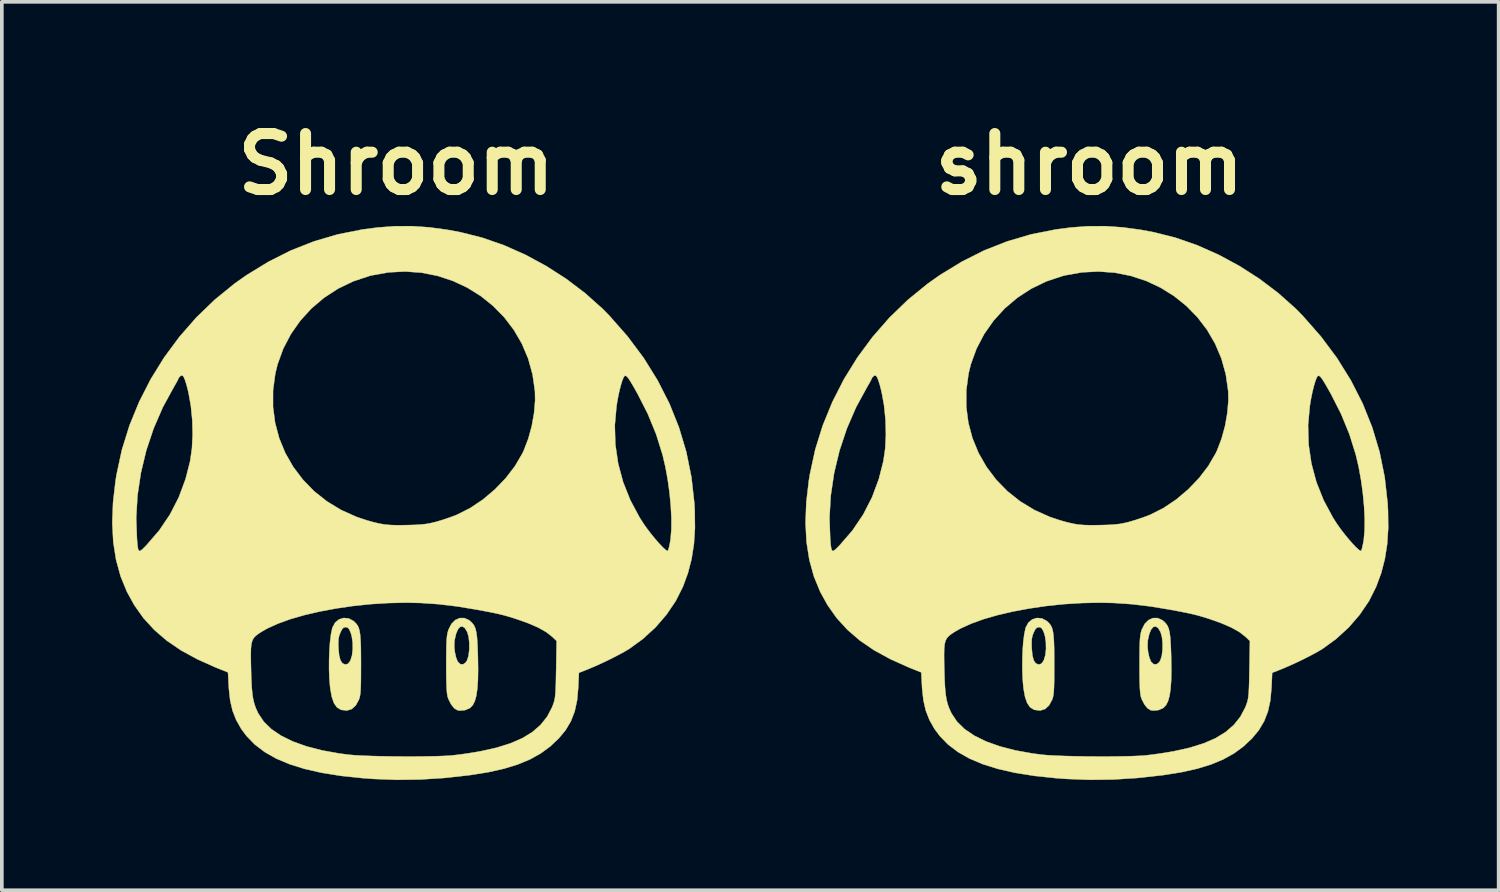
<source format=kicad_pcb>
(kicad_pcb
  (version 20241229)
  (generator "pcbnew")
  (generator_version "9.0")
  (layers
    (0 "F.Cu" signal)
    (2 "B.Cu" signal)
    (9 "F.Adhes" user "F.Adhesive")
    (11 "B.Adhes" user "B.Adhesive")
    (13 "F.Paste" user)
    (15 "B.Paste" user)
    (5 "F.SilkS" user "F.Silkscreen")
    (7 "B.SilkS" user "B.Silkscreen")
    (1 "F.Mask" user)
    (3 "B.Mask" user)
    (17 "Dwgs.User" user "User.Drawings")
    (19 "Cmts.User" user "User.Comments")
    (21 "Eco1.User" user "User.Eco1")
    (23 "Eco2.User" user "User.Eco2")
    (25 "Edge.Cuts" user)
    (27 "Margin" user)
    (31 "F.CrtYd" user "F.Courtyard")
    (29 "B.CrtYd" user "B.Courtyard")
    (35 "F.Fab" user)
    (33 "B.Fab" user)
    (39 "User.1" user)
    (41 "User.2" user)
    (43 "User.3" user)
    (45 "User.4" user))
  (footprint "Shroom"
    (layer "F.Cu")
    (at 7.932 10.618)
    (property "Reference" "Shroom" (at -0.2 -9.2 0) (layer "F.SilkS") (effects (font (size 1.524 1.524) (thickness 0.3))))
    (attr board_only exclude_from_pos_files exclude_from_bom allow_missing_courtyard dnp)
    (fp_poly (pts (xy 1.656 3.151) (xy 1.783 3.209) (xy 1.819 3.237) (xy 1.876 3.294) (xy 1.921 3.357) (xy 1.955 3.436) (xy 1.98 3.54) (xy 1.998 3.676) (xy 2.01 3.854) (xy 2.019 4.083) (xy 2.023 4.209) (xy 2.028 4.556) (xy 2.023 4.845) (xy 2.006 5.081) (xy 1.978 5.269) (xy 1.937 5.414) (xy 1.883 5.52) (xy 1.815 5.592) (xy 1.799 5.603) (xy 1.672 5.656) (xy 1.53 5.668) (xy 1.461 5.656) (xy 1.378 5.604) (xy 1.297 5.504) (xy 1.227 5.37) (xy 1.198 5.29) (xy 1.184 5.209) (xy 1.172 5.076) (xy 1.165 4.888) (xy 1.161 4.643) (xy 1.161 4.397) (xy 1.162 4.15) (xy 1.165 3.957) (xy 1.166 3.914) (xy 1.379 3.914) (xy 1.394 4.068) (xy 1.425 4.213) (xy 1.468 4.325) (xy 1.477 4.34) (xy 1.546 4.405) (xy 1.622 4.41) (xy 1.693 4.358) (xy 1.731 4.295) (xy 1.769 4.17) (xy 1.788 4.008) (xy 1.789 3.832) (xy 1.772 3.667) (xy 1.735 3.536) (xy 1.733 3.53) (xy 1.669 3.424) (xy 1.603 3.379) (xy 1.538 3.392) (xy 1.478 3.46) (xy 1.427 3.582) (xy 1.388 3.753) (xy 1.385 3.778) (xy 1.379 3.914) (xy 1.166 3.914) (xy 1.169 3.809) (xy 1.176 3.696) (xy 1.187 3.609) (xy 1.201 3.539) (xy 1.219 3.476) (xy 1.225 3.461) (xy 1.302 3.309) (xy 1.406 3.205) (xy 1.527 3.151) (xy 1.656 3.151)) (stroke (width 0.01) (type solid)) (fill yes) (layer "F.SilkS"))
    (fp_poly (pts (xy -1.495 3.16) (xy -1.365 3.229) (xy -1.351 3.241) (xy -1.297 3.293) (xy -1.254 3.349) (xy -1.221 3.416) (xy -1.197 3.503) (xy -1.18 3.617) (xy -1.169 3.765) (xy -1.162 3.955) (xy -1.16 4.196) (xy -1.159 4.413) (xy -1.16 4.669) (xy -1.161 4.87) (xy -1.165 5.024) (xy -1.171 5.141) (xy -1.18 5.229) (xy -1.192 5.296) (xy -1.209 5.351) (xy -1.215 5.369) (xy -1.3 5.526) (xy -1.409 5.626) (xy -1.541 5.667) (xy -1.693 5.649) (xy -1.714 5.642) (xy -1.815 5.579) (xy -1.894 5.466) (xy -1.953 5.298) (xy -1.994 5.073) (xy -1.999 5.032) (xy -2.019 4.799) (xy -2.028 4.545) (xy -2.027 4.282) (xy -2.018 4.026) (xy -2.004 3.836) (xy -1.776 3.836) (xy -1.772 3.97) (xy -1.754 4.163) (xy -1.719 4.298) (xy -1.666 4.38) (xy -1.592 4.412) (xy -1.575 4.413) (xy -1.512 4.394) (xy -1.46 4.328) (xy -1.442 4.294) (xy -1.402 4.162) (xy -1.383 3.994) (xy -1.386 3.813) (xy -1.411 3.643) (xy -1.439 3.548) (xy -1.481 3.455) (xy -1.521 3.41) (xy -1.572 3.397) (xy -1.576 3.397) (xy -1.63 3.41) (xy -1.675 3.456) (xy -1.72 3.545) (xy -1.753 3.633) (xy -1.771 3.723) (xy -1.776 3.836) (xy -2.004 3.836) (xy -2 3.789) (xy -1.974 3.585) (xy -1.941 3.429) (xy -1.934 3.406) (xy -1.863 3.274) (xy -1.757 3.187) (xy -1.63 3.148) (xy -1.495 3.16)) (stroke (width 0.01) (type solid)) (fill yes) (layer "F.SilkS"))
    (fp_poly (pts (xy 0.699 -7.482) (xy 1.194 -7.415) (xy 1.553 -7.348) (xy 2.14 -7.2) (xy 2.73 -6.995) (xy 3.314 -6.736) (xy 3.882 -6.429) (xy 4.427 -6.079) (xy 4.939 -5.691) (xy 5.411 -5.27) (xy 5.598 -5.08) (xy 6.095 -4.515) (xy 6.534 -3.927) (xy 6.913 -3.317) (xy 7.234 -2.687) (xy 7.494 -2.038) (xy 7.694 -1.37) (xy 7.833 -0.683) (xy 7.912 0.021) (xy 7.923 0.223) (xy 7.929 0.701) (xy 7.901 1.136) (xy 7.838 1.539) (xy 7.739 1.923) (xy 7.602 2.296) (xy 7.406 2.686) (xy 7.154 3.058) (xy 6.853 3.406) (xy 6.508 3.721) (xy 6.139 3.989) (xy 6.004 4.069) (xy 5.826 4.165) (xy 5.624 4.268) (xy 5.412 4.37) (xy 5.209 4.462) (xy 5.032 4.537) (xy 5.029 4.538) (xy 4.771 4.64) (xy 4.753 5.043) (xy 4.722 5.389) (xy 4.656 5.691) (xy 4.553 5.958) (xy 4.408 6.201) (xy 4.223 6.425) (xy 3.99 6.644) (xy 3.731 6.834) (xy 3.438 6.997) (xy 3.108 7.134) (xy 2.733 7.249) (xy 2.309 7.344) (xy 1.829 7.421) (xy 1.778 7.428) (xy 1.095 7.503) (xy 0.447 7.544) (xy -0.186 7.552) (xy -0.822 7.528) (xy -1.121 7.506) (xy -1.701 7.445) (xy -2.222 7.362) (xy -2.689 7.256) (xy -3.102 7.127) (xy -3.465 6.974) (xy -3.78 6.795) (xy -4.05 6.59) (xy -4.276 6.357) (xy -4.419 6.164) (xy -4.555 5.923) (xy -4.654 5.67) (xy -4.719 5.39) (xy -4.754 5.069) (xy -4.757 5.021) (xy -4.778 4.629) (xy -5.112 4.495) (xy -5.613 4.271) (xy -5.837 4.148) (xy -4.157 4.148) (xy -4.155 4.36) (xy -4.151 4.538) (xy -4.143 4.811) (xy -4.132 5.032) (xy -4.115 5.211) (xy -4.093 5.358) (xy -4.061 5.485) (xy -4.02 5.602) (xy -3.967 5.719) (xy -3.953 5.747) (xy -3.805 5.969) (xy -3.599 6.171) (xy -3.335 6.35) (xy -3.017 6.507) (xy -2.644 6.641) (xy -2.219 6.751) (xy -1.744 6.836) (xy -1.489 6.869) (xy -1.331 6.883) (xy -1.121 6.894) (xy -0.87 6.904) (xy -0.589 6.911) (xy -0.289 6.916) (xy 0.019 6.918) (xy 0.323 6.918) (xy 0.612 6.915) (xy 0.876 6.91) (xy 1.102 6.902) (xy 1.281 6.892) (xy 1.32 6.888) (xy 1.493 6.868) (xy 1.701 6.84) (xy 1.916 6.806) (xy 2.095 6.775) (xy 2.531 6.678) (xy 2.91 6.559) (xy 3.234 6.418) (xy 3.506 6.251) (xy 3.729 6.057) (xy 3.906 5.835) (xy 4.04 5.581) (xy 4.069 5.506) (xy 4.091 5.441) (xy 4.109 5.374) (xy 4.122 5.296) (xy 4.132 5.197) (xy 4.139 5.068) (xy 4.145 4.899) (xy 4.149 4.682) (xy 4.152 4.546) (xy 4.165 3.774) (xy 4.042 3.657) (xy 3.882 3.532) (xy 3.67 3.412) (xy 3.401 3.295) (xy 3.212 3.226) (xy 3.038 3.166) (xy 2.884 3.118) (xy 2.737 3.076) (xy 2.583 3.038) (xy 2.406 3) (xy 2.192 2.959) (xy 1.994 2.922) (xy 1.455 2.833) (xy 0.953 2.773) (xy 0.471 2.74) (xy 0.064 2.731) (xy -0.416 2.742) (xy -0.898 2.772) (xy -1.375 2.822) (xy -1.839 2.89) (xy -2.284 2.973) (xy -2.7 3.07) (xy -3.082 3.18) (xy -3.42 3.302) (xy -3.708 3.433) (xy -3.864 3.522) (xy -3.957 3.583) (xy -4.028 3.638) (xy -4.081 3.697) (xy -4.118 3.769) (xy -4.142 3.862) (xy -4.154 3.986) (xy -4.157 4.148) (xy -5.837 4.148) (xy -6.056 4.029) (xy -6.446 3.763) (xy -6.785 3.471) (xy -7.079 3.15) (xy -7.329 2.796) (xy -7.527 2.437) (xy -7.7 2.016) (xy -7.824 1.564) (xy -7.9 1.079) (xy -7.927 0.56) (xy -7.922 0.433) (xy -7.276 0.433) (xy -7.255 1) (xy -7.241 1.165) (xy -7.225 1.27) (xy -7.202 1.321) (xy -7.164 1.322) (xy -7.105 1.277) (xy -7.018 1.19) (xy -6.996 1.167) (xy -6.649 0.765) (xy -6.357 0.332) (xy -6.118 -0.134) (xy -5.932 -0.634) (xy -5.808 -1.121) (xy -5.759 -1.463) (xy -5.74 -1.842) (xy -5.75 -2.237) (xy -5.786 -2.599) (xy -3.553 -2.599) (xy -3.496 -2.163) (xy -3.384 -1.742) (xy -3.219 -1.342) (xy -3.004 -0.965) (xy -2.742 -0.618) (xy -2.436 -0.303) (xy -2.087 -0.026) (xy -1.699 0.21) (xy -1.275 0.4) (xy -1 0.491) (xy -0.811 0.544) (xy -0.652 0.581) (xy -0.505 0.606) (xy -0.352 0.619) (xy -0.174 0.624) (xy 0.045 0.622) (xy 0.095 0.621) (xy 0.308 0.615) (xy 0.475 0.605) (xy 0.614 0.59) (xy 0.743 0.566) (xy 0.88 0.533) (xy 0.89 0.53) (xy 1.062 0.479) (xy 1.249 0.416) (xy 1.418 0.353) (xy 1.455 0.338) (xy 1.814 0.156) (xy 2.161 -0.076) (xy 2.486 -0.351) (xy 2.78 -0.657) (xy 3.032 -0.986) (xy 3.233 -1.329) (xy 3.271 -1.41) (xy 3.393 -1.728) (xy 3.488 -2.074) (xy 3.492 -2.095) (xy 5.748 -2.095) (xy 5.763 -1.572) (xy 5.839 -1.055) (xy 5.975 -0.548) (xy 6.171 -0.057) (xy 6.424 0.416) (xy 6.535 0.589) (xy 6.633 0.727) (xy 6.742 0.869) (xy 6.854 1.005) (xy 6.961 1.128) (xy 7.057 1.228) (xy 7.132 1.296) (xy 7.18 1.325) (xy 7.187 1.325) (xy 7.206 1.29) (xy 7.228 1.206) (xy 7.252 1.088) (xy 7.266 0.998) (xy 7.287 0.743) (xy 7.289 0.442) (xy 7.272 0.109) (xy 7.239 -0.244) (xy 7.19 -0.602) (xy 7.127 -0.951) (xy 7.051 -1.279) (xy 7.049 -1.288) (xy 6.873 -1.851) (xy 6.646 -2.405) (xy 6.362 -2.963) (xy 6.36 -2.965) (xy 6.258 -3.146) (xy 6.18 -3.278) (xy 6.123 -3.367) (xy 6.08 -3.419) (xy 6.047 -3.442) (xy 6.019 -3.442) (xy 6.018 -3.441) (xy 5.987 -3.401) (xy 5.949 -3.307) (xy 5.908 -3.171) (xy 5.866 -3.003) (xy 5.827 -2.811) (xy 5.795 -2.618) (xy 5.748 -2.095) (xy 3.492 -2.095) (xy 3.551 -2.429) (xy 3.58 -2.772) (xy 3.575 -3.024) (xy 3.51 -3.479) (xy 3.39 -3.911) (xy 3.218 -4.317) (xy 2.999 -4.693) (xy 2.737 -5.036) (xy 2.435 -5.344) (xy 2.1 -5.613) (xy 1.733 -5.841) (xy 1.341 -6.025) (xy 0.926 -6.161) (xy 0.494 -6.247) (xy 0.049 -6.28) (xy -0.406 -6.257) (xy -0.866 -6.175) (xy -0.927 -6.16) (xy -1.369 -6.013) (xy -1.782 -5.814) (xy -2.163 -5.566) (xy -2.507 -5.275) (xy -2.809 -4.944) (xy -3.066 -4.578) (xy -3.274 -4.181) (xy -3.428 -3.758) (xy -3.491 -3.502) (xy -3.552 -3.047) (xy -3.553 -2.599) (xy -5.786 -2.599) (xy -5.789 -2.629) (xy -5.856 -3) (xy -5.904 -3.189) (xy -5.948 -3.328) (xy -5.984 -3.413) (xy -6.018 -3.45) (xy -6.056 -3.446) (xy -6.079 -3.43) (xy -6.119 -3.386) (xy -6.128 -3.365) (xy -6.143 -3.328) (xy -6.184 -3.252) (xy -6.242 -3.153) (xy -6.251 -3.137) (xy -6.551 -2.587) (xy -6.802 -2.008) (xy -7.002 -1.409) (xy -7.149 -0.797) (xy -7.241 -0.18) (xy -7.276 0.433) (xy -7.922 0.433) (xy -7.906 0.004) (xy -7.837 -0.591) (xy -7.809 -0.762) (xy -7.664 -1.432) (xy -7.459 -2.09) (xy -7.197 -2.73) (xy -6.882 -3.348) (xy -6.515 -3.941) (xy -6.101 -4.501) (xy -5.642 -5.026) (xy -5.141 -5.51) (xy -4.602 -5.949) (xy -4.275 -6.18) (xy -3.674 -6.547) (xy -3.064 -6.854) (xy -2.438 -7.1) (xy -1.792 -7.29) (xy -1.12 -7.424) (xy -0.7 -7.478) (xy -0.231 -7.513) (xy 0.23 -7.514) (xy 0.699 -7.482)) (stroke (width 0.01) (type solid)) (fill yes) (layer "F.SilkS")))
  (footprint "shroom"
    (layer "F.Cu")
    (at 26.797 10.618)
    (property "Reference" "shroom" (at -0.2 -9.2 0) (layer "F.SilkS") (effects (font (size 1.524 1.524) (thickness 0.3))))
    (attr through_hole)
    (fp_poly (pts (xy 1.656 3.151) (xy 1.783 3.209) (xy 1.819 3.237) (xy 1.876 3.294) (xy 1.921 3.357) (xy 1.955 3.436) (xy 1.98 3.54) (xy 1.998 3.676) (xy 2.01 3.854) (xy 2.019 4.083) (xy 2.023 4.209) (xy 2.028 4.556) (xy 2.023 4.845) (xy 2.006 5.081) (xy 1.978 5.269) (xy 1.937 5.414) (xy 1.883 5.52) (xy 1.815 5.592) (xy 1.799 5.603) (xy 1.672 5.656) (xy 1.53 5.668) (xy 1.461 5.656) (xy 1.378 5.604) (xy 1.297 5.504) (xy 1.227 5.37) (xy 1.198 5.29) (xy 1.184 5.209) (xy 1.172 5.076) (xy 1.165 4.888) (xy 1.161 4.643) (xy 1.161 4.397) (xy 1.162 4.15) (xy 1.165 3.957) (xy 1.166 3.914) (xy 1.379 3.914) (xy 1.394 4.068) (xy 1.425 4.213) (xy 1.468 4.325) (xy 1.477 4.34) (xy 1.546 4.405) (xy 1.622 4.41) (xy 1.693 4.358) (xy 1.731 4.295) (xy 1.769 4.17) (xy 1.788 4.008) (xy 1.789 3.832) (xy 1.772 3.667) (xy 1.735 3.536) (xy 1.733 3.53) (xy 1.669 3.424) (xy 1.603 3.379) (xy 1.538 3.392) (xy 1.478 3.46) (xy 1.427 3.582) (xy 1.388 3.753) (xy 1.385 3.778) (xy 1.379 3.914) (xy 1.166 3.914) (xy 1.169 3.809) (xy 1.176 3.696) (xy 1.187 3.609) (xy 1.201 3.539) (xy 1.219 3.476) (xy 1.225 3.461) (xy 1.302 3.309) (xy 1.406 3.205) (xy 1.527 3.151) (xy 1.656 3.151)) (stroke (width 0.01) (type solid)) (fill yes) (layer "F.SilkS"))
    (fp_poly (pts (xy -1.495 3.16) (xy -1.365 3.229) (xy -1.351 3.241) (xy -1.297 3.293) (xy -1.254 3.349) (xy -1.221 3.416) (xy -1.197 3.503) (xy -1.18 3.617) (xy -1.169 3.765) (xy -1.162 3.955) (xy -1.16 4.196) (xy -1.159 4.413) (xy -1.16 4.669) (xy -1.161 4.87) (xy -1.165 5.024) (xy -1.171 5.141) (xy -1.18 5.229) (xy -1.192 5.296) (xy -1.209 5.351) (xy -1.215 5.369) (xy -1.3 5.526) (xy -1.409 5.626) (xy -1.541 5.667) (xy -1.693 5.649) (xy -1.714 5.642) (xy -1.815 5.579) (xy -1.894 5.466) (xy -1.953 5.298) (xy -1.994 5.073) (xy -1.999 5.032) (xy -2.019 4.799) (xy -2.028 4.545) (xy -2.027 4.282) (xy -2.018 4.026) (xy -2.004 3.836) (xy -1.776 3.836) (xy -1.772 3.97) (xy -1.754 4.163) (xy -1.719 4.298) (xy -1.666 4.38) (xy -1.592 4.412) (xy -1.575 4.413) (xy -1.512 4.394) (xy -1.46 4.328) (xy -1.442 4.294) (xy -1.402 4.162) (xy -1.383 3.994) (xy -1.386 3.813) (xy -1.411 3.643) (xy -1.439 3.548) (xy -1.481 3.455) (xy -1.521 3.41) (xy -1.572 3.397) (xy -1.576 3.397) (xy -1.63 3.41) (xy -1.675 3.456) (xy -1.72 3.545) (xy -1.753 3.633) (xy -1.771 3.723) (xy -1.776 3.836) (xy -2.004 3.836) (xy -2 3.789) (xy -1.974 3.585) (xy -1.941 3.429) (xy -1.934 3.406) (xy -1.863 3.274) (xy -1.757 3.187) (xy -1.63 3.148) (xy -1.495 3.16)) (stroke (width 0.01) (type solid)) (fill yes) (layer "F.SilkS"))
    (fp_poly (pts (xy 0.699 -7.482) (xy 1.194 -7.415) (xy 1.553 -7.348) (xy 2.14 -7.2) (xy 2.73 -6.995) (xy 3.314 -6.736) (xy 3.882 -6.429) (xy 4.427 -6.079) (xy 4.939 -5.691) (xy 5.411 -5.27) (xy 5.598 -5.08) (xy 6.095 -4.515) (xy 6.534 -3.927) (xy 6.913 -3.317) (xy 7.234 -2.687) (xy 7.494 -2.038) (xy 7.694 -1.37) (xy 7.833 -0.683) (xy 7.912 0.021) (xy 7.923 0.223) (xy 7.929 0.701) (xy 7.901 1.136) (xy 7.838 1.539) (xy 7.739 1.923) (xy 7.602 2.296) (xy 7.406 2.686) (xy 7.154 3.058) (xy 6.853 3.406) (xy 6.508 3.721) (xy 6.139 3.989) (xy 6.004 4.069) (xy 5.826 4.165) (xy 5.624 4.268) (xy 5.412 4.37) (xy 5.209 4.462) (xy 5.032 4.537) (xy 5.029 4.538) (xy 4.771 4.64) (xy 4.753 5.043) (xy 4.722 5.389) (xy 4.656 5.691) (xy 4.553 5.958) (xy 4.408 6.201) (xy 4.223 6.425) (xy 3.99 6.644) (xy 3.731 6.834) (xy 3.438 6.997) (xy 3.108 7.134) (xy 2.733 7.249) (xy 2.309 7.344) (xy 1.829 7.421) (xy 1.778 7.428) (xy 1.095 7.503) (xy 0.447 7.544) (xy -0.186 7.552) (xy -0.822 7.528) (xy -1.121 7.506) (xy -1.701 7.445) (xy -2.222 7.362) (xy -2.689 7.256) (xy -3.102 7.127) (xy -3.465 6.974) (xy -3.78 6.795) (xy -4.05 6.59) (xy -4.276 6.357) (xy -4.419 6.164) (xy -4.555 5.923) (xy -4.654 5.67) (xy -4.719 5.39) (xy -4.754 5.069) (xy -4.757 5.021) (xy -4.778 4.629) (xy -5.112 4.495) (xy -5.613 4.271) (xy -5.837 4.148) (xy -4.157 4.148) (xy -4.155 4.36) (xy -4.151 4.538) (xy -4.143 4.811) (xy -4.132 5.032) (xy -4.115 5.211) (xy -4.093 5.358) (xy -4.061 5.485) (xy -4.02 5.602) (xy -3.967 5.719) (xy -3.953 5.747) (xy -3.805 5.969) (xy -3.599 6.171) (xy -3.335 6.35) (xy -3.017 6.507) (xy -2.644 6.641) (xy -2.219 6.751) (xy -1.744 6.836) (xy -1.489 6.869) (xy -1.331 6.883) (xy -1.121 6.894) (xy -0.87 6.904) (xy -0.589 6.911) (xy -0.289 6.916) (xy 0.019 6.918) (xy 0.323 6.918) (xy 0.612 6.915) (xy 0.876 6.91) (xy 1.102 6.902) (xy 1.281 6.892) (xy 1.32 6.888) (xy 1.493 6.868) (xy 1.701 6.84) (xy 1.916 6.806) (xy 2.095 6.775) (xy 2.531 6.678) (xy 2.91 6.559) (xy 3.234 6.418) (xy 3.506 6.251) (xy 3.729 6.057) (xy 3.906 5.835) (xy 4.04 5.581) (xy 4.069 5.506) (xy 4.091 5.441) (xy 4.109 5.374) (xy 4.122 5.296) (xy 4.132 5.197) (xy 4.139 5.068) (xy 4.145 4.899) (xy 4.149 4.682) (xy 4.152 4.546) (xy 4.165 3.774) (xy 4.042 3.657) (xy 3.882 3.532) (xy 3.67 3.412) (xy 3.401 3.295) (xy 3.212 3.226) (xy 3.038 3.166) (xy 2.884 3.118) (xy 2.737 3.076) (xy 2.583 3.038) (xy 2.406 3) (xy 2.192 2.959) (xy 1.994 2.922) (xy 1.455 2.833) (xy 0.953 2.773) (xy 0.471 2.74) (xy 0.064 2.731) (xy -0.416 2.742) (xy -0.898 2.772) (xy -1.375 2.822) (xy -1.839 2.89) (xy -2.284 2.973) (xy -2.7 3.07) (xy -3.082 3.18) (xy -3.42 3.302) (xy -3.708 3.433) (xy -3.864 3.522) (xy -3.957 3.583) (xy -4.028 3.638) (xy -4.081 3.697) (xy -4.118 3.769) (xy -4.142 3.862) (xy -4.154 3.986) (xy -4.157 4.148) (xy -5.837 4.148) (xy -6.056 4.029) (xy -6.446 3.763) (xy -6.785 3.471) (xy -7.079 3.15) (xy -7.329 2.796) (xy -7.527 2.437) (xy -7.7 2.016) (xy -7.824 1.564) (xy -7.9 1.079) (xy -7.927 0.56) (xy -7.922 0.433) (xy -7.276 0.433) (xy -7.255 1) (xy -7.241 1.165) (xy -7.225 1.27) (xy -7.202 1.321) (xy -7.164 1.322) (xy -7.105 1.277) (xy -7.018 1.19) (xy -6.996 1.167) (xy -6.649 0.765) (xy -6.357 0.332) (xy -6.118 -0.134) (xy -5.932 -0.634) (xy -5.808 -1.121) (xy -5.759 -1.463) (xy -5.74 -1.842) (xy -5.75 -2.237) (xy -5.786 -2.599) (xy -3.553 -2.599) (xy -3.496 -2.163) (xy -3.384 -1.742) (xy -3.219 -1.342) (xy -3.004 -0.965) (xy -2.742 -0.618) (xy -2.436 -0.303) (xy -2.087 -0.026) (xy -1.699 0.21) (xy -1.275 0.4) (xy -1 0.491) (xy -0.811 0.544) (xy -0.652 0.581) (xy -0.505 0.606) (xy -0.352 0.619) (xy -0.174 0.624) (xy 0.045 0.622) (xy 0.095 0.621) (xy 0.308 0.615) (xy 0.475 0.605) (xy 0.614 0.59) (xy 0.743 0.566) (xy 0.88 0.533) (xy 0.89 0.53) (xy 1.062 0.479) (xy 1.249 0.416) (xy 1.418 0.353) (xy 1.455 0.338) (xy 1.814 0.156) (xy 2.161 -0.076) (xy 2.486 -0.351) (xy 2.78 -0.657) (xy 3.032 -0.986) (xy 3.233 -1.329) (xy 3.271 -1.41) (xy 3.393 -1.728) (xy 3.488 -2.074) (xy 3.492 -2.095) (xy 5.748 -2.095) (xy 5.763 -1.572) (xy 5.839 -1.055) (xy 5.975 -0.548) (xy 6.171 -0.057) (xy 6.424 0.416) (xy 6.535 0.589) (xy 6.633 0.727) (xy 6.742 0.869) (xy 6.854 1.005) (xy 6.961 1.128) (xy 7.057 1.228) (xy 7.132 1.296) (xy 7.18 1.325) (xy 7.187 1.325) (xy 7.206 1.29) (xy 7.228 1.206) (xy 7.252 1.088) (xy 7.266 0.998) (xy 7.287 0.743) (xy 7.289 0.442) (xy 7.272 0.109) (xy 7.239 -0.244) (xy 7.19 -0.602) (xy 7.127 -0.951) (xy 7.051 -1.279) (xy 7.049 -1.288) (xy 6.873 -1.851) (xy 6.646 -2.405) (xy 6.362 -2.963) (xy 6.36 -2.965) (xy 6.258 -3.146) (xy 6.18 -3.278) (xy 6.123 -3.367) (xy 6.08 -3.419) (xy 6.047 -3.442) (xy 6.019 -3.442) (xy 6.018 -3.441) (xy 5.987 -3.401) (xy 5.949 -3.307) (xy 5.908 -3.171) (xy 5.866 -3.003) (xy 5.827 -2.811) (xy 5.795 -2.618) (xy 5.748 -2.095) (xy 3.492 -2.095) (xy 3.551 -2.429) (xy 3.58 -2.772) (xy 3.575 -3.024) (xy 3.51 -3.479) (xy 3.39 -3.911) (xy 3.218 -4.317) (xy 2.999 -4.693) (xy 2.737 -5.036) (xy 2.435 -5.344) (xy 2.1 -5.613) (xy 1.733 -5.841) (xy 1.341 -6.025) (xy 0.926 -6.161) (xy 0.494 -6.247) (xy 0.049 -6.28) (xy -0.406 -6.257) (xy -0.866 -6.175) (xy -0.927 -6.16) (xy -1.369 -6.013) (xy -1.782 -5.814) (xy -2.163 -5.566) (xy -2.507 -5.275) (xy -2.809 -4.944) (xy -3.066 -4.578) (xy -3.274 -4.181) (xy -3.428 -3.758) (xy -3.491 -3.502) (xy -3.552 -3.047) (xy -3.553 -2.599) (xy -5.786 -2.599) (xy -5.789 -2.629) (xy -5.856 -3) (xy -5.904 -3.189) (xy -5.948 -3.328) (xy -5.984 -3.413) (xy -6.018 -3.45) (xy -6.056 -3.446) (xy -6.079 -3.43) (xy -6.119 -3.386) (xy -6.128 -3.365) (xy -6.143 -3.328) (xy -6.184 -3.252) (xy -6.242 -3.153) (xy -6.251 -3.137) (xy -6.551 -2.587) (xy -6.802 -2.008) (xy -7.002 -1.409) (xy -7.149 -0.797) (xy -7.241 -0.18) (xy -7.276 0.433) (xy -7.922 0.433) (xy -7.906 0.004) (xy -7.837 -0.591) (xy -7.809 -0.762) (xy -7.664 -1.432) (xy -7.459 -2.09) (xy -7.197 -2.73) (xy -6.882 -3.348) (xy -6.515 -3.941) (xy -6.101 -4.501) (xy -5.642 -5.026) (xy -5.141 -5.51) (xy -4.602 -5.949) (xy -4.275 -6.18) (xy -3.674 -6.547) (xy -3.064 -6.854) (xy -2.438 -7.1) (xy -1.792 -7.29) (xy -1.12 -7.424) (xy -0.7 -7.478) (xy -0.231 -7.513) (xy 0.23 -7.514) (xy 0.699 -7.482)) (stroke (width 0.01) (type solid)) (fill yes) (layer "F.SilkS")))
  (gr_rect
    (start -3 -3)
    (end 37.731 21.175)
    (stroke (width 0.1) (type default))
    (fill no)
    (layer "Edge.Cuts")))
</source>
